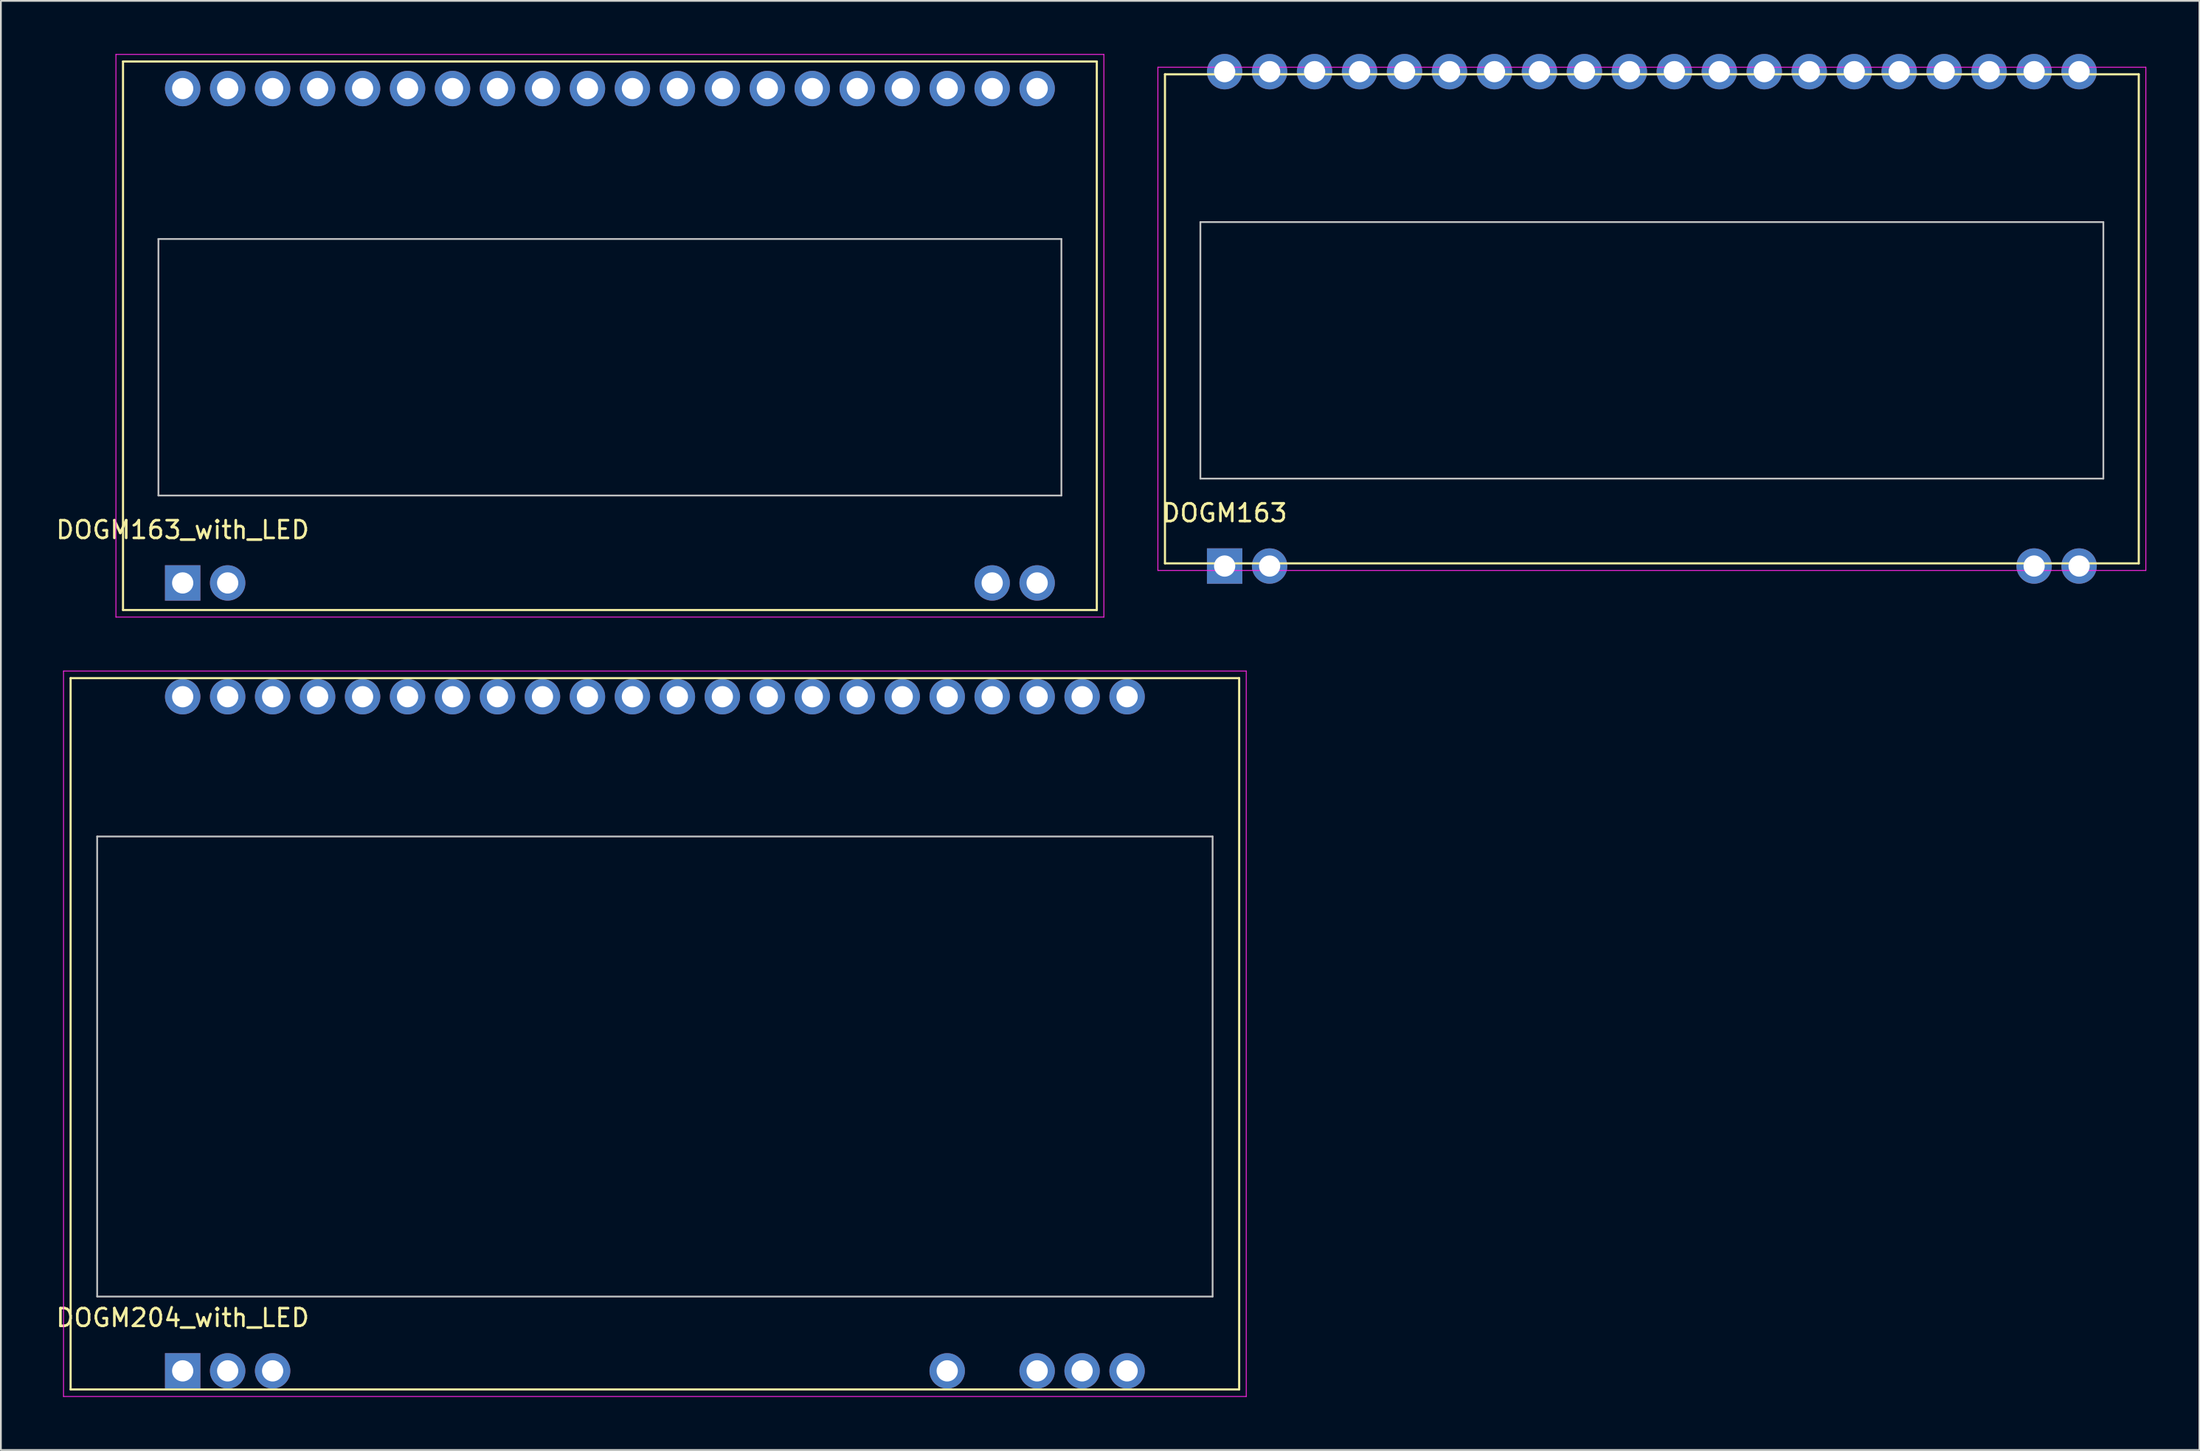
<source format=kicad_pcb>
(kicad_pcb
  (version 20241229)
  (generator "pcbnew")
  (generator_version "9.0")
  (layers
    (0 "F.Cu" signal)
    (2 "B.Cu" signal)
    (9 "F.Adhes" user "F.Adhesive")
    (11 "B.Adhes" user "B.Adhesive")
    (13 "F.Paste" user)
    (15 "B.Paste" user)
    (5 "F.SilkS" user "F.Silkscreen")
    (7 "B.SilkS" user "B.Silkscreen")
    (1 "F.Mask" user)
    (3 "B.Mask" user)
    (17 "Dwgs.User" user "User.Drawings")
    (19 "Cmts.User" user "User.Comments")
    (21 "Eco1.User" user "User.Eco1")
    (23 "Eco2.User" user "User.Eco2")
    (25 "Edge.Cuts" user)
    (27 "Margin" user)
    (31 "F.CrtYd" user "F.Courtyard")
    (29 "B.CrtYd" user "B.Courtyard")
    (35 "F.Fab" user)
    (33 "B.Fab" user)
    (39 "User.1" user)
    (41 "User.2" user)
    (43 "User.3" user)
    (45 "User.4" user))
  (footprint "DOGM163_with_LED"
    (layer "F.Cu")
    (at 7.268 29.895)
    (property "Reference" "DOGM163_with_LED" (at 0 -3 0) (layer "F.SilkS") (effects (font (size 1 1) (thickness 0.15))))
    (attr through_hole)
    (fp_line (start -3.37 -29.47) (end -3.37 1.53) (stroke (width 0.12) (type solid)) (layer "F.SilkS"))
    (fp_line (start -3.37 1.53) (end 51.63 1.53) (stroke (width 0.12) (type solid)) (layer "F.SilkS"))
    (fp_line (start 51.63 -29.47) (end -3.37 -29.47) (stroke (width 0.12) (type solid)) (layer "F.SilkS"))
    (fp_line (start 51.63 1.53) (end 51.63 -29.47) (stroke (width 0.12) (type solid)) (layer "F.SilkS"))
    (fp_line (start -1.37 -19.44) (end -1.37 -4.94) (stroke (width 0.1) (type solid)) (layer "Dwgs.User"))
    (fp_line (start -1.37 -4.94) (end 49.63 -4.94) (stroke (width 0.1) (type solid)) (layer "Dwgs.User"))
    (fp_line (start 49.63 -19.44) (end -1.37 -19.44) (stroke (width 0.1) (type solid)) (layer "Dwgs.User"))
    (fp_line (start 49.63 -4.94) (end 49.63 -19.44) (stroke (width 0.1) (type solid)) (layer "Dwgs.User"))
    (fp_line (start -3.77 -29.87) (end -3.77 1.93) (stroke (width 0.05) (type solid)) (layer "F.CrtYd"))
    (fp_line (start -3.77 1.93) (end 52.03 1.93) (stroke (width 0.05) (type solid)) (layer "F.CrtYd"))
    (fp_line (start 52.03 -29.87) (end -3.77 -29.87) (stroke (width 0.05) (type solid)) (layer "F.CrtYd"))
    (fp_line (start 52.03 1.93) (end 52.03 -29.87) (stroke (width 0.05) (type solid)) (layer "F.CrtYd"))
    (pad "1" thru_hole rect (at 0 0) (size 2 2) (drill 1.2) (layers "*.Cu" "*.Mask"))
    (pad "2" thru_hole circle (at 2.54 0) (size 2 2) (drill 1.2) (layers "*.Cu" "*.Mask"))
    (pad "19" thru_hole circle (at 45.72 0) (size 2 2) (drill 1.2) (layers "*.Cu" "*.Mask"))
    (pad "20" thru_hole circle (at 48.26 0) (size 2 2) (drill 1.2) (layers "*.Cu" "*.Mask"))
    (pad "21" thru_hole circle (at 48.26 -27.94) (size 2 2) (drill 1.2) (layers "*.Cu" "*.Mask"))
    (pad "22" thru_hole circle (at 45.72 -27.94) (size 2 2) (drill 1.2) (layers "*.Cu" "*.Mask"))
    (pad "23" thru_hole circle (at 43.18 -27.94) (size 2 2) (drill 1.2) (layers "*.Cu" "*.Mask"))
    (pad "24" thru_hole circle (at 40.64 -27.94) (size 2 2) (drill 1.2) (layers "*.Cu" "*.Mask"))
    (pad "25" thru_hole circle (at 38.1 -27.94) (size 2 2) (drill 1.2) (layers "*.Cu" "*.Mask"))
    (pad "26" thru_hole circle (at 35.56 -27.94) (size 2 2) (drill 1.2) (layers "*.Cu" "*.Mask"))
    (pad "27" thru_hole circle (at 33.02 -27.94) (size 2 2) (drill 1.2) (layers "*.Cu" "*.Mask"))
    (pad "28" thru_hole circle (at 30.48 -27.94) (size 2 2) (drill 1.2) (layers "*.Cu" "*.Mask"))
    (pad "29" thru_hole circle (at 27.94 -27.94) (size 2 2) (drill 1.2) (layers "*.Cu" "*.Mask"))
    (pad "30" thru_hole circle (at 25.4 -27.94) (size 2 2) (drill 1.2) (layers "*.Cu" "*.Mask"))
    (pad "31" thru_hole circle (at 22.86 -27.94) (size 2 2) (drill 1.2) (layers "*.Cu" "*.Mask"))
    (pad "32" thru_hole circle (at 20.32 -27.94) (size 2 2) (drill 1.2) (layers "*.Cu" "*.Mask"))
    (pad "33" thru_hole circle (at 17.78 -27.94) (size 2 2) (drill 1.2) (layers "*.Cu" "*.Mask"))
    (pad "34" thru_hole circle (at 15.24 -27.94) (size 2 2) (drill 1.2) (layers "*.Cu" "*.Mask"))
    (pad "35" thru_hole circle (at 12.7 -27.94) (size 2 2) (drill 1.2) (layers "*.Cu" "*.Mask"))
    (pad "36" thru_hole circle (at 10.16 -27.94) (size 2 2) (drill 1.2) (layers "*.Cu" "*.Mask"))
    (pad "37" thru_hole circle (at 7.62 -27.94) (size 2 2) (drill 1.2) (layers "*.Cu" "*.Mask"))
    (pad "38" thru_hole circle (at 5.08 -27.94) (size 2 2) (drill 1.2) (layers "*.Cu" "*.Mask"))
    (pad "39" thru_hole circle (at 2.54 -27.94) (size 2 2) (drill 1.2) (layers "*.Cu" "*.Mask"))
    (pad "40" thru_hole circle (at 0 -27.94) (size 2 2) (drill 1.2) (layers "*.Cu" "*.Mask")))
  (footprint "DOGM163"
    (layer "F.Cu")
    (at 66.118 28.94)
    (property "Reference" "DOGM163" (at 0 -3 0) (layer "F.SilkS") (effects (font (size 1 1) (thickness 0.15))))
    (attr through_hole)
    (fp_line (start -3.37 -27.79) (end -3.37 -0.15) (stroke (width 0.12) (type solid)) (layer "F.SilkS"))
    (fp_line (start -3.37 -0.15) (end 51.63 -0.15) (stroke (width 0.12) (type solid)) (layer "F.SilkS"))
    (fp_line (start 51.63 -27.79) (end -3.37 -27.79) (stroke (width 0.12) (type solid)) (layer "F.SilkS"))
    (fp_line (start 51.63 -0.15) (end 51.63 -27.79) (stroke (width 0.12) (type solid)) (layer "F.SilkS"))
    (fp_line (start -1.37 -19.44) (end -1.37 -4.94) (stroke (width 0.1) (type solid)) (layer "Dwgs.User"))
    (fp_line (start -1.37 -4.94) (end 49.63 -4.94) (stroke (width 0.1) (type solid)) (layer "Dwgs.User"))
    (fp_line (start 49.63 -19.44) (end -1.37 -19.44) (stroke (width 0.1) (type solid)) (layer "Dwgs.User"))
    (fp_line (start 49.63 -4.94) (end 49.63 -19.44) (stroke (width 0.1) (type solid)) (layer "Dwgs.User"))
    (fp_line (start -3.77 -28.19) (end -3.77 0.25) (stroke (width 0.05) (type solid)) (layer "F.CrtYd"))
    (fp_line (start -3.77 0.25) (end 52.03 0.25) (stroke (width 0.05) (type solid)) (layer "F.CrtYd"))
    (fp_line (start 52.03 -28.19) (end -3.77 -28.19) (stroke (width 0.05) (type solid)) (layer "F.CrtYd"))
    (fp_line (start 52.03 0.25) (end 52.03 -28.19) (stroke (width 0.05) (type solid)) (layer "F.CrtYd"))
    (pad "1" thru_hole rect (at 0 0) (size 2 2) (drill 1.2) (layers "*.Cu" "*.Mask"))
    (pad "2" thru_hole circle (at 2.54 0) (size 2 2) (drill 1.2) (layers "*.Cu" "*.Mask"))
    (pad "19" thru_hole circle (at 45.72 0) (size 2 2) (drill 1.2) (layers "*.Cu" "*.Mask"))
    (pad "20" thru_hole circle (at 48.26 0) (size 2 2) (drill 1.2) (layers "*.Cu" "*.Mask"))
    (pad "21" thru_hole circle (at 48.26 -27.94) (size 2 2) (drill 1.2) (layers "*.Cu" "*.Mask"))
    (pad "22" thru_hole circle (at 45.72 -27.94) (size 2 2) (drill 1.2) (layers "*.Cu" "*.Mask"))
    (pad "23" thru_hole circle (at 43.18 -27.94) (size 2 2) (drill 1.2) (layers "*.Cu" "*.Mask"))
    (pad "24" thru_hole circle (at 40.64 -27.94) (size 2 2) (drill 1.2) (layers "*.Cu" "*.Mask"))
    (pad "25" thru_hole circle (at 38.1 -27.94) (size 2 2) (drill 1.2) (layers "*.Cu" "*.Mask"))
    (pad "26" thru_hole circle (at 35.56 -27.94) (size 2 2) (drill 1.2) (layers "*.Cu" "*.Mask"))
    (pad "27" thru_hole circle (at 33.02 -27.94) (size 2 2) (drill 1.2) (layers "*.Cu" "*.Mask"))
    (pad "28" thru_hole circle (at 30.48 -27.94) (size 2 2) (drill 1.2) (layers "*.Cu" "*.Mask"))
    (pad "29" thru_hole circle (at 27.94 -27.94) (size 2 2) (drill 1.2) (layers "*.Cu" "*.Mask"))
    (pad "30" thru_hole circle (at 25.4 -27.94) (size 2 2) (drill 1.2) (layers "*.Cu" "*.Mask"))
    (pad "31" thru_hole circle (at 22.86 -27.94) (size 2 2) (drill 1.2) (layers "*.Cu" "*.Mask"))
    (pad "32" thru_hole circle (at 20.32 -27.94) (size 2 2) (drill 1.2) (layers "*.Cu" "*.Mask"))
    (pad "33" thru_hole circle (at 17.78 -27.94) (size 2 2) (drill 1.2) (layers "*.Cu" "*.Mask"))
    (pad "34" thru_hole circle (at 15.24 -27.94) (size 2 2) (drill 1.2) (layers "*.Cu" "*.Mask"))
    (pad "35" thru_hole circle (at 12.7 -27.94) (size 2 2) (drill 1.2) (layers "*.Cu" "*.Mask"))
    (pad "36" thru_hole circle (at 10.16 -27.94) (size 2 2) (drill 1.2) (layers "*.Cu" "*.Mask"))
    (pad "37" thru_hole circle (at 7.62 -27.94) (size 2 2) (drill 1.2) (layers "*.Cu" "*.Mask"))
    (pad "38" thru_hole circle (at 5.08 -27.94) (size 2 2) (drill 1.2) (layers "*.Cu" "*.Mask"))
    (pad "39" thru_hole circle (at 2.54 -27.94) (size 2 2) (drill 1.2) (layers "*.Cu" "*.Mask"))
    (pad "40" thru_hole circle (at 0 -27.94) (size 2 2) (drill 1.2) (layers "*.Cu" "*.Mask")))
  (footprint "DOGM204_with_LED"
    (layer "F.Cu")
    (at 7.268 74.425)
    (property "Reference" "DOGM204_with_LED" (at 0 -3 0) (layer "F.SilkS") (effects (font (size 1 1) (thickness 0.15))))
    (attr through_hole)
    (fp_line (start -6.33 -39.15) (end -6.33 1.05) (stroke (width 0.12) (type solid)) (layer "F.SilkS"))
    (fp_line (start -6.33 1.05) (end 59.67 1.05) (stroke (width 0.12) (type solid)) (layer "F.SilkS"))
    (fp_line (start 59.67 -39.15) (end -6.33 -39.15) (stroke (width 0.12) (type solid)) (layer "F.SilkS"))
    (fp_line (start 59.67 1.05) (end 59.67 -39.15) (stroke (width 0.12) (type solid)) (layer "F.SilkS"))
    (fp_line (start -4.83 -30.2) (end -4.83 -4.2) (stroke (width 0.1) (type solid)) (layer "Dwgs.User"))
    (fp_line (start -4.83 -4.2) (end 58.17 -4.2) (stroke (width 0.1) (type solid)) (layer "Dwgs.User"))
    (fp_line (start 58.17 -30.2) (end -4.83 -30.2) (stroke (width 0.1) (type solid)) (layer "Dwgs.User"))
    (fp_line (start 58.17 -4.2) (end 58.17 -30.2) (stroke (width 0.1) (type solid)) (layer "Dwgs.User"))
    (fp_line (start -6.73 -39.55) (end -6.73 1.45) (stroke (width 0.05) (type solid)) (layer "F.CrtYd"))
    (fp_line (start -6.73 1.45) (end 60.07 1.45) (stroke (width 0.05) (type solid)) (layer "F.CrtYd"))
    (fp_line (start 60.07 -39.55) (end -6.73 -39.55) (stroke (width 0.05) (type solid)) (layer "F.CrtYd"))
    (fp_line (start 60.07 1.45) (end 60.07 -39.55) (stroke (width 0.05) (type solid)) (layer "F.CrtYd"))
    (pad "1" thru_hole rect (at 0 0) (size 2 2) (drill 1.2) (layers "*.Cu" "*.Mask"))
    (pad "2" thru_hole circle (at 2.54 0) (size 2 2) (drill 1.2) (layers "*.Cu" "*.Mask"))
    (pad "3" thru_hole circle (at 5.08 0) (size 2 2) (drill 1.2) (layers "*.Cu" "*.Mask"))
    (pad "18" thru_hole circle (at 43.18 0) (size 2 2) (drill 1.2) (layers "*.Cu" "*.Mask"))
    (pad "20" thru_hole circle (at 48.26 0) (size 2 2) (drill 1.2) (layers "*.Cu" "*.Mask"))
    (pad "21" thru_hole circle (at 50.8 0) (size 2 2) (drill 1.2) (layers "*.Cu" "*.Mask"))
    (pad "22" thru_hole circle (at 53.34 0) (size 2 2) (drill 1.2) (layers "*.Cu" "*.Mask"))
    (pad "23" thru_hole circle (at 53.34 -38.1) (size 2 2) (drill 1.2) (layers "*.Cu" "*.Mask"))
    (pad "24" thru_hole circle (at 50.8 -38.1) (size 2 2) (drill 1.2) (layers "*.Cu" "*.Mask"))
    (pad "25" thru_hole circle (at 48.26 -38.1) (size 2 2) (drill 1.2) (layers "*.Cu" "*.Mask"))
    (pad "26" thru_hole circle (at 45.72 -38.1) (size 2 2) (drill 1.2) (layers "*.Cu" "*.Mask"))
    (pad "27" thru_hole circle (at 43.18 -38.1) (size 2 2) (drill 1.2) (layers "*.Cu" "*.Mask"))
    (pad "28" thru_hole circle (at 40.64 -38.1) (size 2 2) (drill 1.2) (layers "*.Cu" "*.Mask"))
    (pad "29" thru_hole circle (at 38.1 -38.1) (size 2 2) (drill 1.2) (layers "*.Cu" "*.Mask"))
    (pad "30" thru_hole circle (at 35.56 -38.1) (size 2 2) (drill 1.2) (layers "*.Cu" "*.Mask"))
    (pad "31" thru_hole circle (at 33.02 -38.1) (size 2 2) (drill 1.2) (layers "*.Cu" "*.Mask"))
    (pad "32" thru_hole circle (at 30.48 -38.1) (size 2 2) (drill 1.2) (layers "*.Cu" "*.Mask"))
    (pad "33" thru_hole circle (at 27.94 -38.1) (size 2 2) (drill 1.2) (layers "*.Cu" "*.Mask"))
    (pad "34" thru_hole circle (at 25.4 -38.1) (size 2 2) (drill 1.2) (layers "*.Cu" "*.Mask"))
    (pad "35" thru_hole circle (at 22.86 -38.1) (size 2 2) (drill 1.2) (layers "*.Cu" "*.Mask"))
    (pad "36" thru_hole circle (at 20.32 -38.1) (size 2 2) (drill 1.2) (layers "*.Cu" "*.Mask"))
    (pad "37" thru_hole circle (at 17.78 -38.1) (size 2 2) (drill 1.2) (layers "*.Cu" "*.Mask"))
    (pad "38" thru_hole circle (at 15.24 -38.1) (size 2 2) (drill 1.2) (layers "*.Cu" "*.Mask"))
    (pad "39" thru_hole circle (at 12.7 -38.1) (size 2 2) (drill 1.2) (layers "*.Cu" "*.Mask"))
    (pad "40" thru_hole circle (at 10.16 -38.1) (size 2 2) (drill 1.2) (layers "*.Cu" "*.Mask"))
    (pad "41" thru_hole circle (at 7.62 -38.1) (size 2 2) (drill 1.2) (layers "*.Cu" "*.Mask"))
    (pad "42" thru_hole circle (at 5.08 -38.1) (size 2 2) (drill 1.2) (layers "*.Cu" "*.Mask"))
    (pad "43" thru_hole circle (at 2.54 -38.1) (size 2 2) (drill 1.2) (layers "*.Cu" "*.Mask"))
    (pad "44" thru_hole circle (at 0 -38.1) (size 2 2) (drill 1.2) (layers "*.Cu" "*.Mask")))
  (gr_rect
    (start -3 -3)
    (end 121.173 78.9)
    (stroke (width 0.1) (type default))
    (fill no)
    (layer "Edge.Cuts")))
</source>
